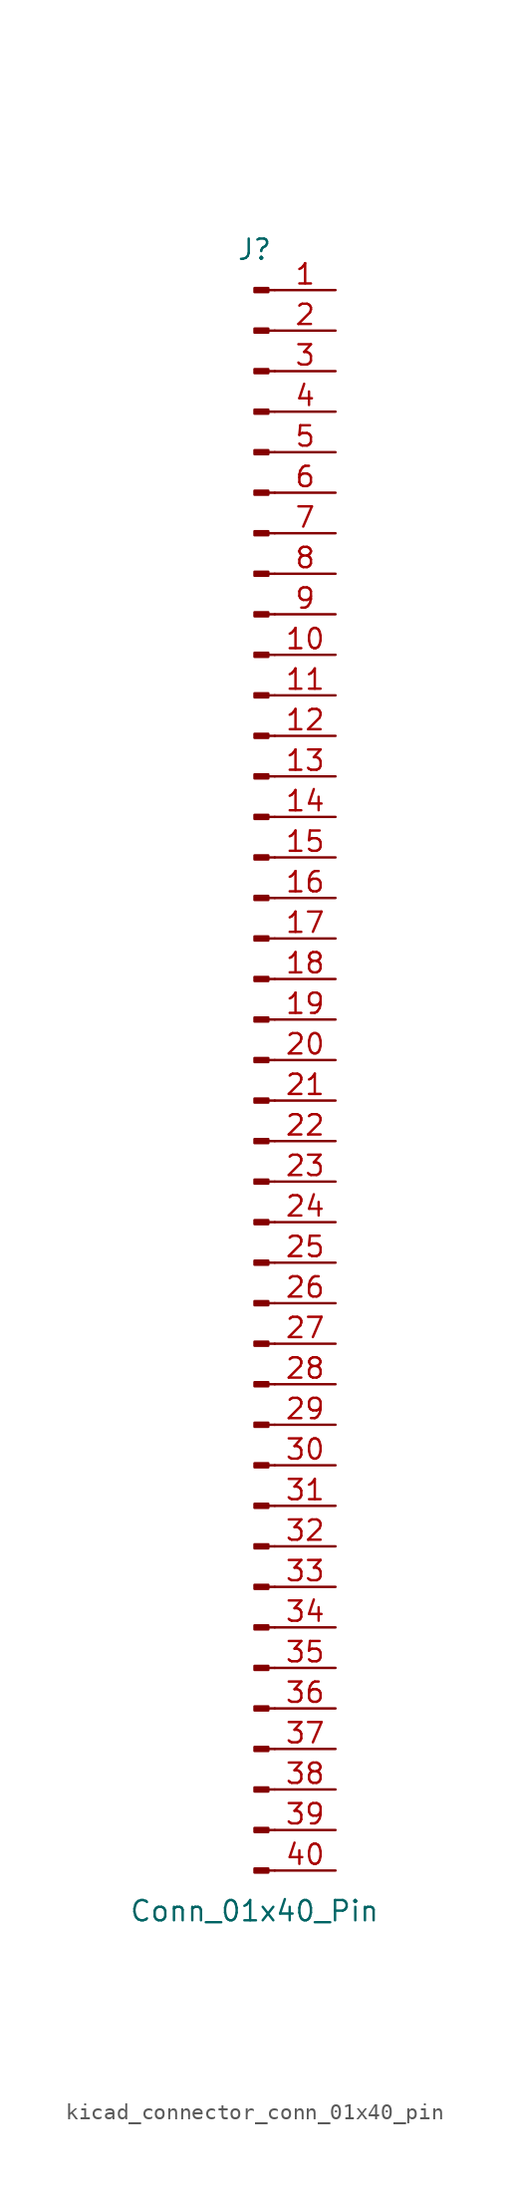
<source format=kicad_sym>
(kicad_symbol_lib
  (version 20220914)
  (generator kicad_symbol_editor)
  (symbol "kicad_connector_conn_01x40_pin"
    (pin_names
      (offset 1.016) hide)
    (property "Reference" "J"
      (at 0 50.8 0)
      (effects (font (size 1.27 1.27))))
    (property "Value" "Conn_01x40_Pin"
      (at 0 -53.34 0)
      (effects (font (size 1.27 1.27))))
    (property "ki_locked" ""
      (at 0 0 0)
      (effects (font (size 1.27 1.27))))
    (symbol "kicad_connector_conn_01x40_pin_1_1"
      (polyline (pts (xy 1.27 -50.8) (xy 0.864 -50.8)) (stroke (width 0.152) (type default)) (fill (type none)))
      (polyline (pts (xy 1.27 -48.26) (xy 0.864 -48.26)) (stroke (width 0.152) (type default)) (fill (type none)))
      (polyline (pts (xy 1.27 -45.72) (xy 0.864 -45.72)) (stroke (width 0.152) (type default)) (fill (type none)))
      (polyline (pts (xy 1.27 -43.18) (xy 0.864 -43.18)) (stroke (width 0.152) (type default)) (fill (type none)))
      (polyline (pts (xy 1.27 -40.64) (xy 0.864 -40.64)) (stroke (width 0.152) (type default)) (fill (type none)))
      (polyline (pts (xy 1.27 -38.1) (xy 0.864 -38.1)) (stroke (width 0.152) (type default)) (fill (type none)))
      (polyline (pts (xy 1.27 -35.56) (xy 0.864 -35.56)) (stroke (width 0.152) (type default)) (fill (type none)))
      (polyline (pts (xy 1.27 -33.02) (xy 0.864 -33.02)) (stroke (width 0.152) (type default)) (fill (type none)))
      (polyline (pts (xy 1.27 -30.48) (xy 0.864 -30.48)) (stroke (width 0.152) (type default)) (fill (type none)))
      (polyline (pts (xy 1.27 -27.94) (xy 0.864 -27.94)) (stroke (width 0.152) (type default)) (fill (type none)))
      (polyline (pts (xy 1.27 -25.4) (xy 0.864 -25.4)) (stroke (width 0.152) (type default)) (fill (type none)))
      (polyline (pts (xy 1.27 -22.86) (xy 0.864 -22.86)) (stroke (width 0.152) (type default)) (fill (type none)))
      (polyline (pts (xy 1.27 -20.32) (xy 0.864 -20.32)) (stroke (width 0.152) (type default)) (fill (type none)))
      (polyline (pts (xy 1.27 -17.78) (xy 0.864 -17.78)) (stroke (width 0.152) (type default)) (fill (type none)))
      (polyline (pts (xy 1.27 -15.24) (xy 0.864 -15.24)) (stroke (width 0.152) (type default)) (fill (type none)))
      (polyline (pts (xy 1.27 -12.7) (xy 0.864 -12.7)) (stroke (width 0.152) (type default)) (fill (type none)))
      (polyline (pts (xy 1.27 -10.16) (xy 0.864 -10.16)) (stroke (width 0.152) (type default)) (fill (type none)))
      (polyline (pts (xy 1.27 -7.62) (xy 0.864 -7.62)) (stroke (width 0.152) (type default)) (fill (type none)))
      (polyline (pts (xy 1.27 -5.08) (xy 0.864 -5.08)) (stroke (width 0.152) (type default)) (fill (type none)))
      (polyline (pts (xy 1.27 -2.54) (xy 0.864 -2.54)) (stroke (width 0.152) (type default)) (fill (type none)))
      (polyline (pts (xy 1.27 0) (xy 0.864 0)) (stroke (width 0.152) (type default)) (fill (type none)))
      (polyline (pts (xy 1.27 2.54) (xy 0.864 2.54)) (stroke (width 0.152) (type default)) (fill (type none)))
      (polyline (pts (xy 1.27 5.08) (xy 0.864 5.08)) (stroke (width 0.152) (type default)) (fill (type none)))
      (polyline (pts (xy 1.27 7.62) (xy 0.864 7.62)) (stroke (width 0.152) (type default)) (fill (type none)))
      (polyline (pts (xy 1.27 10.16) (xy 0.864 10.16)) (stroke (width 0.152) (type default)) (fill (type none)))
      (polyline (pts (xy 1.27 12.7) (xy 0.864 12.7)) (stroke (width 0.152) (type default)) (fill (type none)))
      (polyline (pts (xy 1.27 15.24) (xy 0.864 15.24)) (stroke (width 0.152) (type default)) (fill (type none)))
      (polyline (pts (xy 1.27 17.78) (xy 0.864 17.78)) (stroke (width 0.152) (type default)) (fill (type none)))
      (polyline (pts (xy 1.27 20.32) (xy 0.864 20.32)) (stroke (width 0.152) (type default)) (fill (type none)))
      (polyline (pts (xy 1.27 22.86) (xy 0.864 22.86)) (stroke (width 0.152) (type default)) (fill (type none)))
      (polyline (pts (xy 1.27 25.4) (xy 0.864 25.4)) (stroke (width 0.152) (type default)) (fill (type none)))
      (polyline (pts (xy 1.27 27.94) (xy 0.864 27.94)) (stroke (width 0.152) (type default)) (fill (type none)))
      (polyline (pts (xy 1.27 30.48) (xy 0.864 30.48)) (stroke (width 0.152) (type default)) (fill (type none)))
      (polyline (pts (xy 1.27 33.02) (xy 0.864 33.02)) (stroke (width 0.152) (type default)) (fill (type none)))
      (polyline (pts (xy 1.27 35.56) (xy 0.864 35.56)) (stroke (width 0.152) (type default)) (fill (type none)))
      (polyline (pts (xy 1.27 38.1) (xy 0.864 38.1)) (stroke (width 0.152) (type default)) (fill (type none)))
      (polyline (pts (xy 1.27 40.64) (xy 0.864 40.64)) (stroke (width 0.152) (type default)) (fill (type none)))
      (polyline (pts (xy 1.27 43.18) (xy 0.864 43.18)) (stroke (width 0.152) (type default)) (fill (type none)))
      (polyline (pts (xy 1.27 45.72) (xy 0.864 45.72)) (stroke (width 0.152) (type default)) (fill (type none)))
      (polyline (pts (xy 1.27 48.26) (xy 0.864 48.26)) (stroke (width 0.152) (type default)) (fill (type none)))
      (rectangle (start 0.864 -50.673) (end 0 -50.927) (stroke (width 0.152) (type default)) (fill (type outline)))
      (rectangle (start 0.864 -48.133) (end 0 -48.387) (stroke (width 0.152) (type default)) (fill (type outline)))
      (rectangle (start 0.864 -45.593) (end 0 -45.847) (stroke (width 0.152) (type default)) (fill (type outline)))
      (rectangle (start 0.864 -43.053) (end 0 -43.307) (stroke (width 0.152) (type default)) (fill (type outline)))
      (rectangle (start 0.864 -40.513) (end 0 -40.767) (stroke (width 0.152) (type default)) (fill (type outline)))
      (rectangle (start 0.864 -37.973) (end 0 -38.227) (stroke (width 0.152) (type default)) (fill (type outline)))
      (rectangle (start 0.864 -35.433) (end 0 -35.687) (stroke (width 0.152) (type default)) (fill (type outline)))
      (rectangle (start 0.864 -32.893) (end 0 -33.147) (stroke (width 0.152) (type default)) (fill (type outline)))
      (rectangle (start 0.864 -30.353) (end 0 -30.607) (stroke (width 0.152) (type default)) (fill (type outline)))
      (rectangle (start 0.864 -27.813) (end 0 -28.067) (stroke (width 0.152) (type default)) (fill (type outline)))
      (rectangle (start 0.864 -25.273) (end 0 -25.527) (stroke (width 0.152) (type default)) (fill (type outline)))
      (rectangle (start 0.864 -22.733) (end 0 -22.987) (stroke (width 0.152) (type default)) (fill (type outline)))
      (rectangle (start 0.864 -20.193) (end 0 -20.447) (stroke (width 0.152) (type default)) (fill (type outline)))
      (rectangle (start 0.864 -17.653) (end 0 -17.907) (stroke (width 0.152) (type default)) (fill (type outline)))
      (rectangle (start 0.864 -15.113) (end 0 -15.367) (stroke (width 0.152) (type default)) (fill (type outline)))
      (rectangle (start 0.864 -12.573) (end 0 -12.827) (stroke (width 0.152) (type default)) (fill (type outline)))
      (rectangle (start 0.864 -10.033) (end 0 -10.287) (stroke (width 0.152) (type default)) (fill (type outline)))
      (rectangle (start 0.864 -7.493) (end 0 -7.747) (stroke (width 0.152) (type default)) (fill (type outline)))
      (rectangle (start 0.864 -4.953) (end 0 -5.207) (stroke (width 0.152) (type default)) (fill (type outline)))
      (rectangle (start 0.864 -2.413) (end 0 -2.667) (stroke (width 0.152) (type default)) (fill (type outline)))
      (rectangle (start 0.864 0.127) (end 0 -0.127) (stroke (width 0.152) (type default)) (fill (type outline)))
      (rectangle (start 0.864 2.667) (end 0 2.413) (stroke (width 0.152) (type default)) (fill (type outline)))
      (rectangle (start 0.864 5.207) (end 0 4.953) (stroke (width 0.152) (type default)) (fill (type outline)))
      (rectangle (start 0.864 7.747) (end 0 7.493) (stroke (width 0.152) (type default)) (fill (type outline)))
      (rectangle (start 0.864 10.287) (end 0 10.033) (stroke (width 0.152) (type default)) (fill (type outline)))
      (rectangle (start 0.864 12.827) (end 0 12.573) (stroke (width 0.152) (type default)) (fill (type outline)))
      (rectangle (start 0.864 15.367) (end 0 15.113) (stroke (width 0.152) (type default)) (fill (type outline)))
      (rectangle (start 0.864 17.907) (end 0 17.653) (stroke (width 0.152) (type default)) (fill (type outline)))
      (rectangle (start 0.864 20.447) (end 0 20.193) (stroke (width 0.152) (type default)) (fill (type outline)))
      (rectangle (start 0.864 22.987) (end 0 22.733) (stroke (width 0.152) (type default)) (fill (type outline)))
      (rectangle (start 0.864 25.527) (end 0 25.273) (stroke (width 0.152) (type default)) (fill (type outline)))
      (rectangle (start 0.864 28.067) (end 0 27.813) (stroke (width 0.152) (type default)) (fill (type outline)))
      (rectangle (start 0.864 30.607) (end 0 30.353) (stroke (width 0.152) (type default)) (fill (type outline)))
      (rectangle (start 0.864 33.147) (end 0 32.893) (stroke (width 0.152) (type default)) (fill (type outline)))
      (rectangle (start 0.864 35.687) (end 0 35.433) (stroke (width 0.152) (type default)) (fill (type outline)))
      (rectangle (start 0.864 38.227) (end 0 37.973) (stroke (width 0.152) (type default)) (fill (type outline)))
      (rectangle (start 0.864 40.767) (end 0 40.513) (stroke (width 0.152) (type default)) (fill (type outline)))
      (rectangle (start 0.864 43.307) (end 0 43.053) (stroke (width 0.152) (type default)) (fill (type outline)))
      (rectangle (start 0.864 45.847) (end 0 45.593) (stroke (width 0.152) (type default)) (fill (type outline)))
      (rectangle (start 0.864 48.387) (end 0 48.133) (stroke (width 0.152) (type default)) (fill (type outline)))
      (pin passive line (at 5.08 48.26 180) (length 3.81) (name "Pin_1" (effects (font (size 1.27 1.27)))) (number "1" (effects (font (size 1.27 1.27)))))
      (pin passive line (at 5.08 25.4 180) (length 3.81) (name "Pin_10" (effects (font (size 1.27 1.27)))) (number "10" (effects (font (size 1.27 1.27)))))
      (pin passive line (at 5.08 22.86 180) (length 3.81) (name "Pin_11" (effects (font (size 1.27 1.27)))) (number "11" (effects (font (size 1.27 1.27)))))
      (pin passive line (at 5.08 20.32 180) (length 3.81) (name "Pin_12" (effects (font (size 1.27 1.27)))) (number "12" (effects (font (size 1.27 1.27)))))
      (pin passive line (at 5.08 17.78 180) (length 3.81) (name "Pin_13" (effects (font (size 1.27 1.27)))) (number "13" (effects (font (size 1.27 1.27)))))
      (pin passive line (at 5.08 15.24 180) (length 3.81) (name "Pin_14" (effects (font (size 1.27 1.27)))) (number "14" (effects (font (size 1.27 1.27)))))
      (pin passive line (at 5.08 12.7 180) (length 3.81) (name "Pin_15" (effects (font (size 1.27 1.27)))) (number "15" (effects (font (size 1.27 1.27)))))
      (pin passive line (at 5.08 10.16 180) (length 3.81) (name "Pin_16" (effects (font (size 1.27 1.27)))) (number "16" (effects (font (size 1.27 1.27)))))
      (pin passive line (at 5.08 7.62 180) (length 3.81) (name "Pin_17" (effects (font (size 1.27 1.27)))) (number "17" (effects (font (size 1.27 1.27)))))
      (pin passive line (at 5.08 5.08 180) (length 3.81) (name "Pin_18" (effects (font (size 1.27 1.27)))) (number "18" (effects (font (size 1.27 1.27)))))
      (pin passive line (at 5.08 2.54 180) (length 3.81) (name "Pin_19" (effects (font (size 1.27 1.27)))) (number "19" (effects (font (size 1.27 1.27)))))
      (pin passive line (at 5.08 45.72 180) (length 3.81) (name "Pin_2" (effects (font (size 1.27 1.27)))) (number "2" (effects (font (size 1.27 1.27)))))
      (pin passive line (at 5.08 0 180) (length 3.81) (name "Pin_20" (effects (font (size 1.27 1.27)))) (number "20" (effects (font (size 1.27 1.27)))))
      (pin passive line (at 5.08 -2.54 180) (length 3.81) (name "Pin_21" (effects (font (size 1.27 1.27)))) (number "21" (effects (font (size 1.27 1.27)))))
      (pin passive line (at 5.08 -5.08 180) (length 3.81) (name "Pin_22" (effects (font (size 1.27 1.27)))) (number "22" (effects (font (size 1.27 1.27)))))
      (pin passive line (at 5.08 -7.62 180) (length 3.81) (name "Pin_23" (effects (font (size 1.27 1.27)))) (number "23" (effects (font (size 1.27 1.27)))))
      (pin passive line (at 5.08 -10.16 180) (length 3.81) (name "Pin_24" (effects (font (size 1.27 1.27)))) (number "24" (effects (font (size 1.27 1.27)))))
      (pin passive line (at 5.08 -12.7 180) (length 3.81) (name "Pin_25" (effects (font (size 1.27 1.27)))) (number "25" (effects (font (size 1.27 1.27)))))
      (pin passive line (at 5.08 -15.24 180) (length 3.81) (name "Pin_26" (effects (font (size 1.27 1.27)))) (number "26" (effects (font (size 1.27 1.27)))))
      (pin passive line (at 5.08 -17.78 180) (length 3.81) (name "Pin_27" (effects (font (size 1.27 1.27)))) (number "27" (effects (font (size 1.27 1.27)))))
      (pin passive line (at 5.08 -20.32 180) (length 3.81) (name "Pin_28" (effects (font (size 1.27 1.27)))) (number "28" (effects (font (size 1.27 1.27)))))
      (pin passive line (at 5.08 -22.86 180) (length 3.81) (name "Pin_29" (effects (font (size 1.27 1.27)))) (number "29" (effects (font (size 1.27 1.27)))))
      (pin passive line (at 5.08 43.18 180) (length 3.81) (name "Pin_3" (effects (font (size 1.27 1.27)))) (number "3" (effects (font (size 1.27 1.27)))))
      (pin passive line (at 5.08 -25.4 180) (length 3.81) (name "Pin_30" (effects (font (size 1.27 1.27)))) (number "30" (effects (font (size 1.27 1.27)))))
      (pin passive line (at 5.08 -27.94 180) (length 3.81) (name "Pin_31" (effects (font (size 1.27 1.27)))) (number "31" (effects (font (size 1.27 1.27)))))
      (pin passive line (at 5.08 -30.48 180) (length 3.81) (name "Pin_32" (effects (font (size 1.27 1.27)))) (number "32" (effects (font (size 1.27 1.27)))))
      (pin passive line (at 5.08 -33.02 180) (length 3.81) (name "Pin_33" (effects (font (size 1.27 1.27)))) (number "33" (effects (font (size 1.27 1.27)))))
      (pin passive line (at 5.08 -35.56 180) (length 3.81) (name "Pin_34" (effects (font (size 1.27 1.27)))) (number "34" (effects (font (size 1.27 1.27)))))
      (pin passive line (at 5.08 -38.1 180) (length 3.81) (name "Pin_35" (effects (font (size 1.27 1.27)))) (number "35" (effects (font (size 1.27 1.27)))))
      (pin passive line (at 5.08 -40.64 180) (length 3.81) (name "Pin_36" (effects (font (size 1.27 1.27)))) (number "36" (effects (font (size 1.27 1.27)))))
      (pin passive line (at 5.08 -43.18 180) (length 3.81) (name "Pin_37" (effects (font (size 1.27 1.27)))) (number "37" (effects (font (size 1.27 1.27)))))
      (pin passive line (at 5.08 -45.72 180) (length 3.81) (name "Pin_38" (effects (font (size 1.27 1.27)))) (number "38" (effects (font (size 1.27 1.27)))))
      (pin passive line (at 5.08 -48.26 180) (length 3.81) (name "Pin_39" (effects (font (size 1.27 1.27)))) (number "39" (effects (font (size 1.27 1.27)))))
      (pin passive line (at 5.08 40.64 180) (length 3.81) (name "Pin_4" (effects (font (size 1.27 1.27)))) (number "4" (effects (font (size 1.27 1.27)))))
      (pin passive line (at 5.08 -50.8 180) (length 3.81) (name "Pin_40" (effects (font (size 1.27 1.27)))) (number "40" (effects (font (size 1.27 1.27)))))
      (pin passive line (at 5.08 38.1 180) (length 3.81) (name "Pin_5" (effects (font (size 1.27 1.27)))) (number "5" (effects (font (size 1.27 1.27)))))
      (pin passive line (at 5.08 35.56 180) (length 3.81) (name "Pin_6" (effects (font (size 1.27 1.27)))) (number "6" (effects (font (size 1.27 1.27)))))
      (pin passive line (at 5.08 33.02 180) (length 3.81) (name "Pin_7" (effects (font (size 1.27 1.27)))) (number "7" (effects (font (size 1.27 1.27)))))
      (pin passive line (at 5.08 30.48 180) (length 3.81) (name "Pin_8" (effects (font (size 1.27 1.27)))) (number "8" (effects (font (size 1.27 1.27)))))
      (pin passive line (at 5.08 27.94 180) (length 3.81) (name "Pin_9" (effects (font (size 1.27 1.27)))) (number "9" (effects (font (size 1.27 1.27))))))))
</source>
